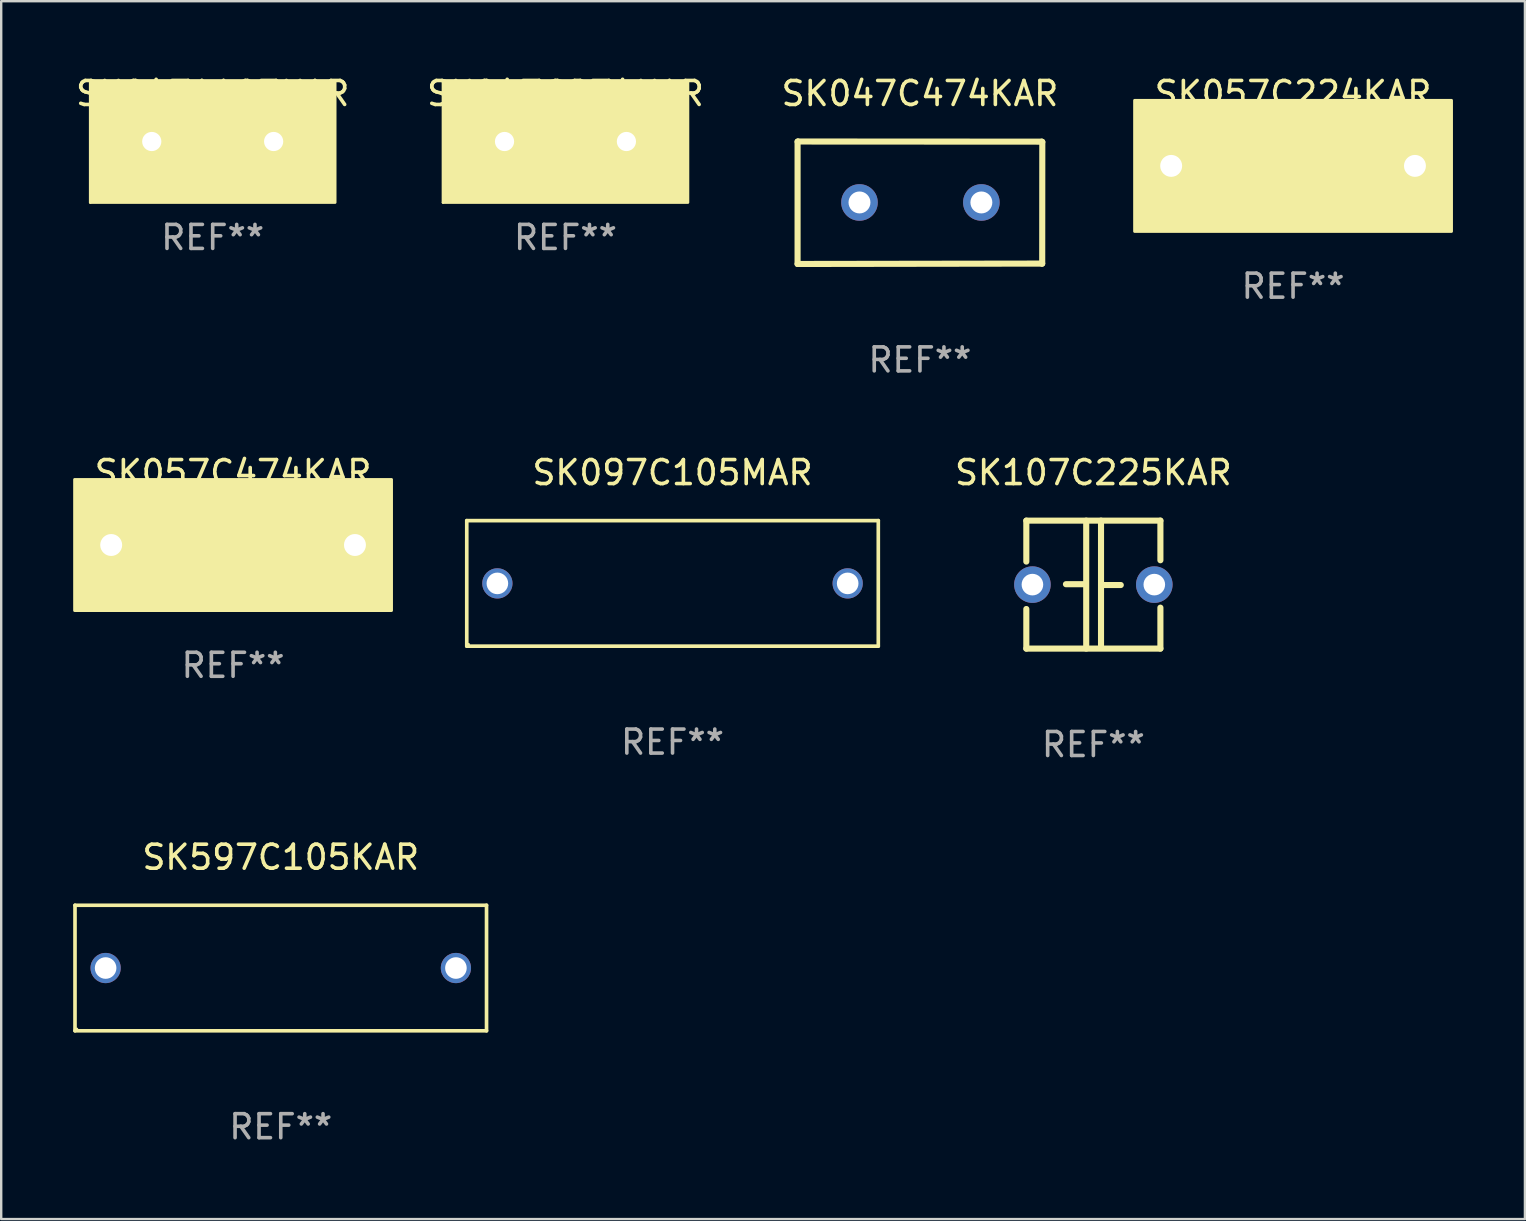
<source format=kicad_pcb>
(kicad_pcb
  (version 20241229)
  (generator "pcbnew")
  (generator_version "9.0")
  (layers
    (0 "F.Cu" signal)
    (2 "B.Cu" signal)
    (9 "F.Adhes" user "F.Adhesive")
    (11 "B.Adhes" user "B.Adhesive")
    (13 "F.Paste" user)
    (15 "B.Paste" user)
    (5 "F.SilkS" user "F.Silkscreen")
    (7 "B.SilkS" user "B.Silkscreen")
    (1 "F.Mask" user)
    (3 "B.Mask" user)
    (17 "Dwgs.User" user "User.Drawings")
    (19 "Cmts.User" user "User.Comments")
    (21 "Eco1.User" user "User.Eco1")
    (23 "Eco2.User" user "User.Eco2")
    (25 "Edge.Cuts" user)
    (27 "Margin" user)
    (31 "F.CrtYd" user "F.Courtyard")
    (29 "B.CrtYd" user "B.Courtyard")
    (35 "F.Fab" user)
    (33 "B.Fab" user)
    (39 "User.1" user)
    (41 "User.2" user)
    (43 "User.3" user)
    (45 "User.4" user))
  (footprint "SK047C274KAR"
    (layer "F.Cu")
    (at 20.518 2.848)
    (property "Reference" "SK047C274KAR" (at 0 -2 0) (layer "F.SilkS") (effects (font (size 1 1) (thickness 0.15))))
    (attr through_hole)
    (fp_circle (center -5.1 2.54) (end -5.07 2.54) (stroke (width 0.06) (type solid)) (fill no) (layer "F.SilkS"))
    (fp_poly (pts (xy -5.1 -2.54) (xy 5.1 -2.54) (xy 5.1 2.54) (xy -5.1 2.54)) (stroke (width 0.12) (type solid)) (fill yes) (layer "F.SilkS"))
    (fp_text user "REF**" (at 0 4 0) (layer "F.Fab") (effects (font (size 1 1) (thickness 0.15))))
    (pad "1" thru_hole circle (at -2.54 0) (size 1.4 1.4) (drill 0.8) (layers "*.Cu" "*.Mask"))
    (pad "2" thru_hole circle (at 2.54 0) (size 1.4 1.4) (drill 0.8) (layers "*.Cu" "*.Mask")))
  (footprint "SK107C225KAR"
    (layer "F.Cu")
    (at 42.52 21.316)
    (property "Reference" "SK107C225KAR" (at 0 -4.667 0) (layer "F.SilkS") (effects (font (size 1 1) (thickness 0.15))))
    (attr through_hole)
    (fp_line (start -2.794 -2.667) (end -2.794 -0.96) (stroke (width 0.254) (type solid)) (layer "F.SilkS"))
    (fp_line (start -2.794 1.016) (end -2.794 2.667) (stroke (width 0.254) (type solid)) (layer "F.SilkS"))
    (fp_line (start -2.794 2.667) (end 2.794 2.667) (stroke (width 0.254) (type solid)) (layer "F.SilkS"))
    (fp_line (start -0.319 -0.017) (end -1.143 -0.017) (stroke (width 0.254) (type solid)) (layer "F.SilkS"))
    (fp_line (start -0.298 -2.667) (end -0.298 2.667) (stroke (width 0.254) (type solid)) (layer "F.SilkS"))
    (fp_line (start 0.319 -2.667) (end 0.319 2.54) (stroke (width 0.254) (type solid)) (layer "F.SilkS"))
    (fp_line (start 0.319 0.017) (end 1.143 0.017) (stroke (width 0.254) (type solid)) (layer "F.SilkS"))
    (fp_line (start 2.794 -2.667) (end -2.794 -2.667) (stroke (width 0.254) (type solid)) (layer "F.SilkS"))
    (fp_line (start 2.794 -1.016) (end 2.794 -2.667) (stroke (width 0.254) (type solid)) (layer "F.SilkS"))
    (fp_line (start 2.794 2.667) (end 2.794 0.96) (stroke (width 0.254) (type solid)) (layer "F.SilkS"))
    (fp_circle (center -2.79 2.55) (end -2.76 2.55) (stroke (width 0.06) (type solid)) (fill no) (layer "F.SilkS"))
    (fp_text user "REF**" (at 0 6.667 0) (layer "F.Fab") (effects (font (size 1 1) (thickness 0.15))))
    (pad "1" thru_hole circle (at -2.54 0) (size 1.524 1.524) (drill 0.9) (layers "*.Cu" "*.Mask"))
    (pad "2" thru_hole circle (at 2.54 0) (size 1.524 1.524) (drill 0.9) (layers "*.Cu" "*.Mask")))
  (footprint "SK597C105KAR"
    (layer "F.Cu")
    (at 8.652 37.296)
    (property "Reference" "SK597C105KAR" (at 0 -4.616 0) (layer "F.SilkS") (effects (font (size 1 1) (thickness 0.15))))
    (attr through_hole)
    (fp_line (start -8.576 -2.616) (end 8.576 -2.616) (stroke (width 0.152) (type solid)) (layer "F.SilkS"))
    (fp_line (start -8.576 2.616) (end -8.576 -2.616) (stroke (width 0.152) (type solid)) (layer "F.SilkS"))
    (fp_line (start 8.576 -2.616) (end 8.576 2.616) (stroke (width 0.152) (type solid)) (layer "F.SilkS"))
    (fp_line (start 8.576 2.616) (end -8.576 2.616) (stroke (width 0.152) (type solid)) (layer "F.SilkS"))
    (fp_circle (center -8.5 2.54) (end -8.47 2.54) (stroke (width 0.06) (type solid)) (fill no) (layer "F.SilkS"))
    (fp_text user "REF**" (at 0 6.616 0) (layer "F.Fab") (effects (font (size 1 1) (thickness 0.15))))
    (pad "1" thru_hole circle (at -7.3 0) (size 1.26 1.26) (drill 0.9) (layers "*.Cu" "*.Mask"))
    (pad "2" thru_hole circle (at 7.3 0) (size 1.26 1.26) (drill 0.9) (layers "*.Cu" "*.Mask")))
  (footprint "SK057C224KAR"
    (layer "F.Cu")
    (at 50.843 3.864)
    (property "Reference" "SK057C224KAR" (at 0 -3.016 0) (layer "F.SilkS") (effects (font (size 1 1) (thickness 0.15))))
    (attr through_hole)
    (fp_line (start -0.762 0.000025) (end -2.159 0.000025) (stroke (width 0.254) (type solid)) (layer "F.SilkS"))
    (fp_line (start -0.762 1.016) (end -0.762 -1.016) (stroke (width 0.254) (type solid)) (layer "F.SilkS"))
    (fp_line (start 0.762 -1.016) (end 0.762 1.016) (stroke (width 0.254) (type solid)) (layer "F.SilkS"))
    (fp_line (start 0.762 -0.000025) (end 2.159 -0.000025) (stroke (width 0.254) (type solid)) (layer "F.SilkS"))
    (fp_circle (center -6.35 2.54) (end -6.32 2.54) (stroke (width 0.06) (type solid)) (fill no) (layer "F.SilkS"))
    (fp_poly (pts (xy -6.604 -2.731) (xy 6.604 -2.731) (xy 6.604 2.731) (xy -6.604 2.731)) (stroke (width 0.12) (type solid)) (fill yes) (layer "F.SilkS"))
    (fp_text user "REF**" (at 0 5.016 0) (layer "F.Fab") (effects (font (size 1 1) (thickness 0.15))))
    (pad "1" thru_hole circle (at -5.08 0) (size 1.524 1.524) (drill 0.914) (layers "*.Cu" "*.Mask"))
    (pad "2" thru_hole circle (at 5.08 0) (size 1.524 1.524) (drill 0.914) (layers "*.Cu" "*.Mask")))
  (footprint "SK047A103KAR"
    (layer "F.Cu")
    (at 5.815 2.848)
    (property "Reference" "SK047A103KAR" (at 0 -2 0) (layer "F.SilkS") (effects (font (size 1 1) (thickness 0.15))))
    (attr through_hole)
    (fp_circle (center -5.1 2.54) (end -5.07 2.54) (stroke (width 0.06) (type solid)) (fill no) (layer "F.SilkS"))
    (fp_poly (pts (xy -5.1 -2.54) (xy 5.1 -2.54) (xy 5.1 2.54) (xy -5.1 2.54)) (stroke (width 0.12) (type solid)) (fill yes) (layer "F.SilkS"))
    (fp_text user "REF**" (at 0 4 0) (layer "F.Fab") (effects (font (size 1 1) (thickness 0.15))))
    (pad "1" thru_hole circle (at -2.54 0) (size 1.4 1.4) (drill 0.8) (layers "*.Cu" "*.Mask"))
    (pad "2" thru_hole circle (at 2.54 0) (size 1.4 1.4) (drill 0.8) (layers "*.Cu" "*.Mask")))
  (footprint "SK057C474KAR"
    (layer "F.Cu")
    (at 6.664 19.665)
    (property "Reference" "SK057C474KAR" (at 0 -3.016 0) (layer "F.SilkS") (effects (font (size 1 1) (thickness 0.15))))
    (attr through_hole)
    (fp_line (start -0.762 0.000025) (end -2.159 0.000025) (stroke (width 0.254) (type solid)) (layer "F.SilkS"))
    (fp_line (start -0.762 1.016) (end -0.762 -1.016) (stroke (width 0.254) (type solid)) (layer "F.SilkS"))
    (fp_line (start 0.762 -1.016) (end 0.762 1.016) (stroke (width 0.254) (type solid)) (layer "F.SilkS"))
    (fp_line (start 0.762 -0.000025) (end 2.159 -0.000025) (stroke (width 0.254) (type solid)) (layer "F.SilkS"))
    (fp_circle (center -6.35 2.54) (end -6.32 2.54) (stroke (width 0.06) (type solid)) (fill no) (layer "F.SilkS"))
    (fp_poly (pts (xy -6.604 -2.731) (xy 6.604 -2.731) (xy 6.604 2.731) (xy -6.604 2.731)) (stroke (width 0.12) (type solid)) (fill yes) (layer "F.SilkS"))
    (fp_text user "REF**" (at 0 5.016 0) (layer "F.Fab") (effects (font (size 1 1) (thickness 0.15))))
    (pad "1" thru_hole circle (at -5.08 0) (size 1.524 1.524) (drill 0.914) (layers "*.Cu" "*.Mask"))
    (pad "2" thru_hole circle (at 5.08 0) (size 1.524 1.524) (drill 0.914) (layers "*.Cu" "*.Mask")))
  (footprint "SK097C105MAR"
    (layer "F.Cu")
    (at 24.98 21.265)
    (property "Reference" "SK097C105MAR" (at 0 -4.616 0) (layer "F.SilkS") (effects (font (size 1 1) (thickness 0.15))))
    (attr through_hole)
    (fp_line (start -8.576 -2.616) (end 8.576 -2.616) (stroke (width 0.152) (type solid)) (layer "F.SilkS"))
    (fp_line (start -8.576 2.616) (end -8.576 -2.616) (stroke (width 0.152) (type solid)) (layer "F.SilkS"))
    (fp_line (start 8.576 -2.616) (end 8.576 2.616) (stroke (width 0.152) (type solid)) (layer "F.SilkS"))
    (fp_line (start 8.576 2.616) (end -8.576 2.616) (stroke (width 0.152) (type solid)) (layer "F.SilkS"))
    (fp_circle (center -8.5 2.54) (end -8.47 2.54) (stroke (width 0.06) (type solid)) (fill no) (layer "F.SilkS"))
    (fp_text user "REF**" (at 0 6.616 0) (layer "F.Fab") (effects (font (size 1 1) (thickness 0.15))))
    (pad "1" thru_hole circle (at -7.3 0) (size 1.26 1.26) (drill 0.9) (layers "*.Cu" "*.Mask"))
    (pad "2" thru_hole circle (at 7.3 0) (size 1.26 1.26) (drill 0.9) (layers "*.Cu" "*.Mask")))
  (footprint "SK047C474KAR"
    (layer "F.Cu")
    (at 35.292 5.4)
    (property "Reference" "SK047C474KAR" (at 0 -4.552 0) (layer "F.SilkS") (effects (font (size 1 1) (thickness 0.15))))
    (attr through_hole)
    (fp_line (start -5.1 -2.546) (end -5.083 -2.552) (stroke (width 0.254) (type solid)) (layer "F.SilkS"))
    (fp_line (start -5.1 2.552) (end -5.1 -2.546) (stroke (width 0.254) (type solid)) (layer "F.SilkS"))
    (fp_line (start -5.08 -2.552) (end 5.078 -2.546) (stroke (width 0.254) (type solid)) (layer "F.SilkS"))
    (fp_line (start 5.078 -2.546) (end 5.1 -2.532) (stroke (width 0.254) (type solid)) (layer "F.SilkS"))
    (fp_line (start 5.087 2.536) (end -5.1 2.552) (stroke (width 0.254) (type solid)) (layer "F.SilkS"))
    (fp_line (start 5.096 2.534) (end 5.087 2.536) (stroke (width 0.254) (type solid)) (layer "F.SilkS"))
    (fp_line (start 5.1 -2.532) (end 5.096 2.534) (stroke (width 0.254) (type solid)) (layer "F.SilkS"))
    (fp_circle (center -5.08 2.528) (end -5.05 2.528) (stroke (width 0.06) (type solid)) (fill no) (layer "F.SilkS"))
    (fp_text user "REF**" (at 0 6.552 0) (layer "F.Fab") (effects (font (size 1 1) (thickness 0.15))))
    (pad "1" thru_hole circle (at -2.52 -0.012) (size 1.524 1.524) (drill 0.914) (layers "*.Cu" "*.Mask"))
    (pad "2" thru_hole circle (at 2.56 -0.012) (size 1.524 1.524) (drill 0.914) (layers "*.Cu" "*.Mask")))
  (gr_rect
    (start -3 -3)
    (end 60.507 47.76)
    (stroke (width 0.1) (type default))
    (fill no)
    (layer "Edge.Cuts")))
</source>
